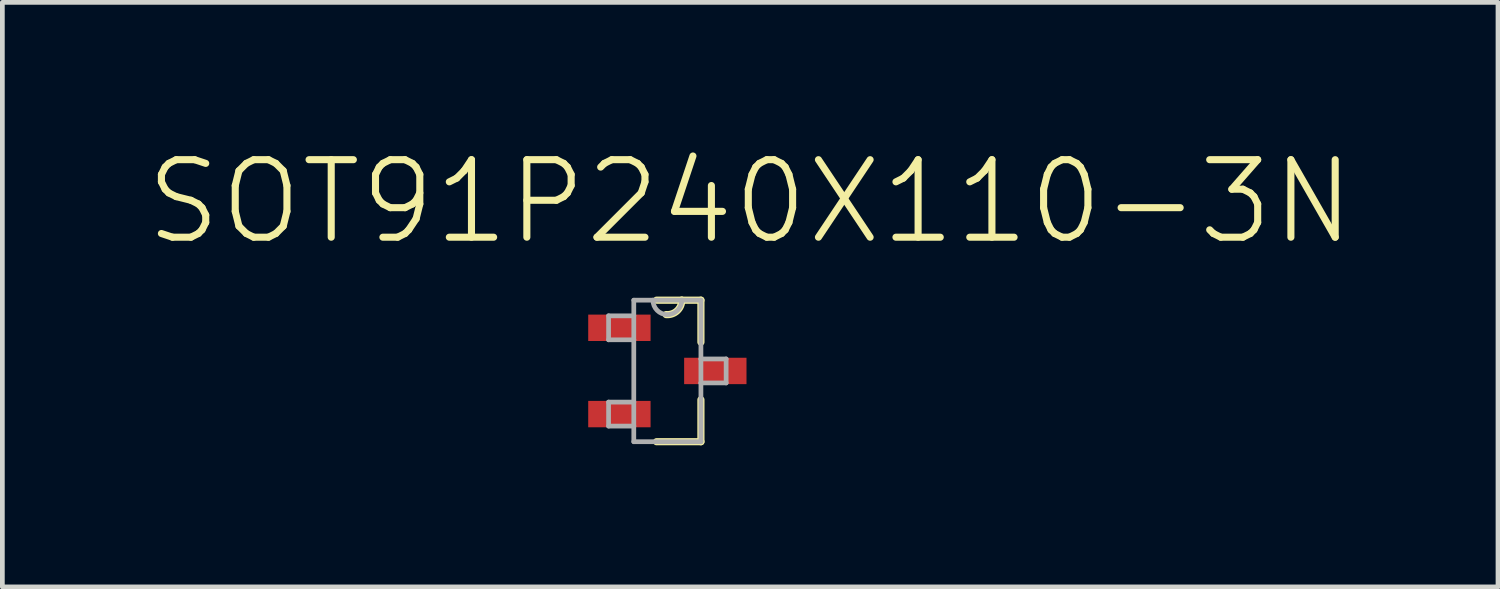
<source format=kicad_pcb>
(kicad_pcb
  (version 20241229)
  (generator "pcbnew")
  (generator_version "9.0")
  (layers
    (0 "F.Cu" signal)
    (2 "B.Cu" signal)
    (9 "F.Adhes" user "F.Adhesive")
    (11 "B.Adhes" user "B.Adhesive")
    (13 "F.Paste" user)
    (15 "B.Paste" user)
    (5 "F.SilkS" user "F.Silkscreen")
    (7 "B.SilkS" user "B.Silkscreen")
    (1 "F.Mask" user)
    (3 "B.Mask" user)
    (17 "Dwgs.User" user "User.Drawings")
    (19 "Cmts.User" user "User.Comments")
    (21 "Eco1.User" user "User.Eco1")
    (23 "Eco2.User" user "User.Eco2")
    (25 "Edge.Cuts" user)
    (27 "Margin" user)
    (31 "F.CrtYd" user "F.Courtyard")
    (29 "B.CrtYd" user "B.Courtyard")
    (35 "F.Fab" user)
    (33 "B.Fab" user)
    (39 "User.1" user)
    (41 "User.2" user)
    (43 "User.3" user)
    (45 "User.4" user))
  (footprint "SOT91P240X110-3N"
    (layer "F.Cu")
    (at 11.087 4.808)
    (property "Reference" "SOT91P240X110-3N" (at 1.754 -3.585 0) (layer "F.SilkS") (effects (font (size 1.642 1.642) (thickness 0.15))))
    (attr smd)
    (fp_line (start -0.229 1.499) (end 0.711 1.499) (stroke (width 0.152) (type solid)) (layer "F.SilkS"))
    (fp_line (start 0.305 -1.499) (end -0.229 -1.499) (stroke (width 0.152) (type solid)) (layer "F.SilkS"))
    (fp_line (start 0.711 -1.499) (end 0.305 -1.499) (stroke (width 0.152) (type solid)) (layer "F.SilkS"))
    (fp_line (start 0.711 -0.61) (end 0.711 -1.499) (stroke (width 0.152) (type solid)) (layer "F.SilkS"))
    (fp_line (start 0.711 1.499) (end 0.711 0.61) (stroke (width 0.152) (type solid)) (layer "F.SilkS"))
    (fp_arc (start 0.3048 -1.4986) (mid 0.206758 -1.273554) (end -0.0254 -1.1938) (stroke (width 0.1524) (type solid)) (layer "F.SilkS"))
    (fp_line (start -1.245 -1.168) (end -1.245 -0.66) (stroke (width 0.1) (type solid)) (layer "F.Fab"))
    (fp_line (start -1.245 -0.66) (end -0.711 -0.66) (stroke (width 0.1) (type solid)) (layer "F.Fab"))
    (fp_line (start -1.245 0.66) (end -1.245 1.168) (stroke (width 0.1) (type solid)) (layer "F.Fab"))
    (fp_line (start -1.245 1.168) (end -0.711 1.168) (stroke (width 0.1) (type solid)) (layer "F.Fab"))
    (fp_line (start -0.711 -1.499) (end -0.711 -1.168) (stroke (width 0.1) (type solid)) (layer "F.Fab"))
    (fp_line (start -0.711 -1.168) (end -1.245 -1.168) (stroke (width 0.1) (type solid)) (layer "F.Fab"))
    (fp_line (start -0.711 -1.168) (end -0.711 -0.66) (stroke (width 0.1) (type solid)) (layer "F.Fab"))
    (fp_line (start -0.711 -0.66) (end -0.711 0.66) (stroke (width 0.1) (type solid)) (layer "F.Fab"))
    (fp_line (start -0.711 0.66) (end -1.245 0.66) (stroke (width 0.1) (type solid)) (layer "F.Fab"))
    (fp_line (start -0.711 1.168) (end -0.711 0.66) (stroke (width 0.1) (type solid)) (layer "F.Fab"))
    (fp_line (start -0.711 1.499) (end -0.711 1.168) (stroke (width 0.1) (type solid)) (layer "F.Fab"))
    (fp_line (start -0.711 1.499) (end 0.711 1.499) (stroke (width 0.1) (type solid)) (layer "F.Fab"))
    (fp_line (start -0.305 -1.499) (end -0.711 -1.499) (stroke (width 0.1) (type solid)) (layer "F.Fab"))
    (fp_line (start 0.305 -1.499) (end -0.305 -1.499) (stroke (width 0.1) (type solid)) (layer "F.Fab"))
    (fp_line (start 0.711 -1.499) (end 0.305 -1.499) (stroke (width 0.1) (type solid)) (layer "F.Fab"))
    (fp_line (start 0.711 -0.254) (end 0.711 -1.499) (stroke (width 0.1) (type solid)) (layer "F.Fab"))
    (fp_line (start 0.711 0.254) (end 0.711 -0.254) (stroke (width 0.1) (type solid)) (layer "F.Fab"))
    (fp_line (start 0.711 0.254) (end 1.245 0.254) (stroke (width 0.1) (type solid)) (layer "F.Fab"))
    (fp_line (start 0.711 1.499) (end 0.711 0.254) (stroke (width 0.1) (type solid)) (layer "F.Fab"))
    (fp_line (start 1.245 -0.254) (end 0.711 -0.254) (stroke (width 0.1) (type solid)) (layer "F.Fab"))
    (fp_line (start 1.245 0.254) (end 1.245 -0.254) (stroke (width 0.1) (type solid)) (layer "F.Fab"))
    (fp_arc (start 0.3048 -1.4986) (mid 0 -1.1938) (end -0.3048 -1.4986) (stroke (width 0.1) (type solid)) (layer "F.Fab"))
    (pad "1" smd rect (at -1.016 -0.914) (size 1.321 0.559) (layers "F.Cu" "F.Mask" "F.Paste"))
    (pad "2" smd rect (at -1.016 0.914) (size 1.321 0.559) (layers "F.Cu" "F.Mask" "F.Paste"))
    (pad "3" smd rect (at 1.016 0) (size 1.321 0.559) (layers "F.Cu" "F.Mask" "F.Paste")))
  (gr_rect
    (start -3 -3)
    (end 28.683 9.383)
    (stroke (width 0.1) (type default))
    (fill no)
    (layer "Edge.Cuts")))
</source>
